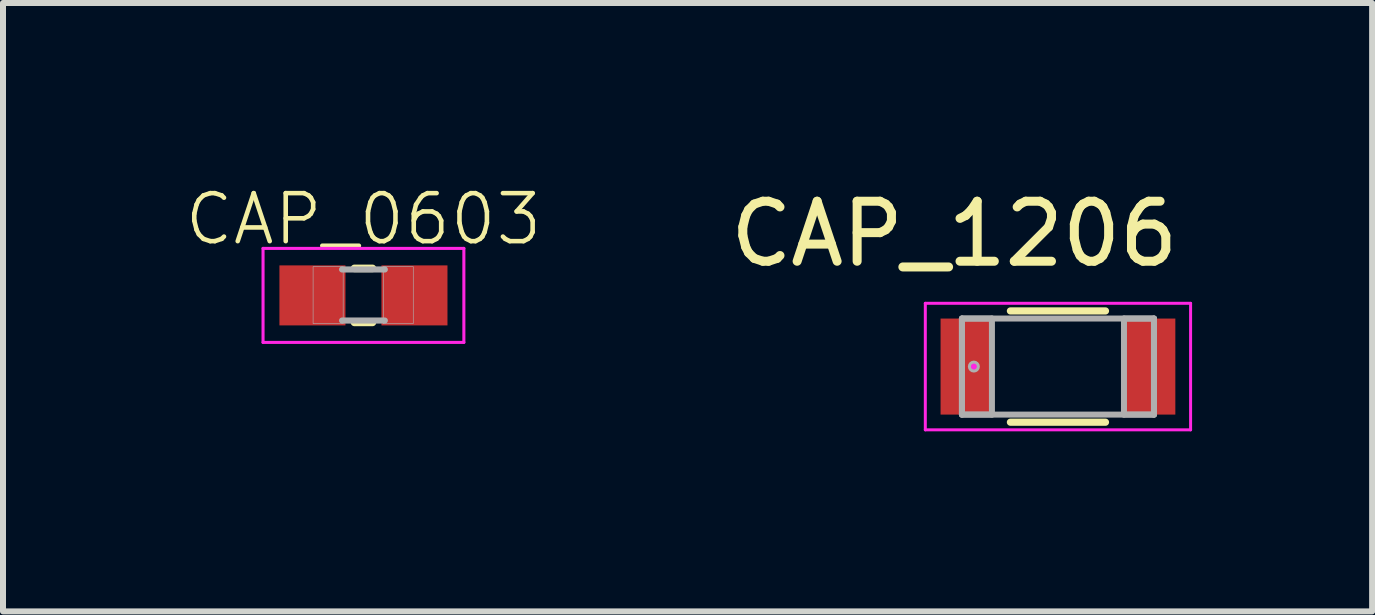
<source format=kicad_pcb>
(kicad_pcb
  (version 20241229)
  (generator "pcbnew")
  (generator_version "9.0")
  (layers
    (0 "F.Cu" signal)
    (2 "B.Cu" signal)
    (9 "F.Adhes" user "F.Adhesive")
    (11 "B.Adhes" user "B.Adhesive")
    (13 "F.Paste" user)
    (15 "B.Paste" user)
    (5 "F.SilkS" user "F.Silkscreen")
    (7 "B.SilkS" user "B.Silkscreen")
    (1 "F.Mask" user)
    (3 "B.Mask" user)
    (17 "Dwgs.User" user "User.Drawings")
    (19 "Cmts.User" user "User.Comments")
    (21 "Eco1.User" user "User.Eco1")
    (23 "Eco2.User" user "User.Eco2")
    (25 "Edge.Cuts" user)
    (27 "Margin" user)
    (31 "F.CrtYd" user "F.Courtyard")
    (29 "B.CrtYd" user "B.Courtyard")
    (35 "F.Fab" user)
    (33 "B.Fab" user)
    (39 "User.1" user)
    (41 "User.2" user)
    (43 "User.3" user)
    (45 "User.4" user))
  (footprint "CAP_1206"
    (layer "F.Cu")
    (at 14.578 3.058)
    (property "Reference" "CAP_1206" (at -1.727 -2.21 0) (layer "F.SilkS") (effects (font (size 1 1) (thickness 0.15))))
    (attr smd)
    (fp_line (start -0.792 0.927) (end 0.792 0.927) (stroke (width 0.12) (type solid)) (layer "F.SilkS"))
    (fp_line (start 0.792 -0.927) (end -0.792 -0.927) (stroke (width 0.12) (type solid)) (layer "F.SilkS"))
    (fp_line (start -2.21 -1.054) (end 2.21 -1.054) (stroke (width 0.05) (type solid)) (layer "F.CrtYd"))
    (fp_line (start -2.21 1.054) (end -2.21 -1.054) (stroke (width 0.05) (type solid)) (layer "F.CrtYd"))
    (fp_line (start 2.21 -1.054) (end 2.21 1.054) (stroke (width 0.05) (type solid)) (layer "F.CrtYd"))
    (fp_line (start 2.21 1.054) (end -2.21 1.054) (stroke (width 0.05) (type solid)) (layer "F.CrtYd"))
    (fp_circle (center -1.401 0) (end -1.401 0) (stroke (width 0.05) (type solid)) (fill no) (layer "F.CrtYd"))
    (fp_line (start -1.6 -0.8) (end -1.6 0.8) (stroke (width 0.1) (type solid)) (layer "F.Fab"))
    (fp_line (start -1.6 -0.8) (end -1.6 0.8) (stroke (width 0.1) (type solid)) (layer "F.Fab"))
    (fp_line (start -1.6 0.8) (end -1.1 0.8) (stroke (width 0.1) (type solid)) (layer "F.Fab"))
    (fp_line (start -1.6 0.8) (end 1.6 0.8) (stroke (width 0.1) (type solid)) (layer "F.Fab"))
    (fp_line (start -1.1 -0.8) (end -1.6 -0.8) (stroke (width 0.1) (type solid)) (layer "F.Fab"))
    (fp_line (start -1.1 0.8) (end -1.1 -0.8) (stroke (width 0.1) (type solid)) (layer "F.Fab"))
    (fp_line (start 1.1 -0.8) (end 1.1 0.8) (stroke (width 0.1) (type solid)) (layer "F.Fab"))
    (fp_line (start 1.1 0.8) (end 1.6 0.8) (stroke (width 0.1) (type solid)) (layer "F.Fab"))
    (fp_line (start 1.6 -0.8) (end -1.6 -0.8) (stroke (width 0.1) (type solid)) (layer "F.Fab"))
    (fp_line (start 1.6 -0.8) (end 1.1 -0.8) (stroke (width 0.1) (type solid)) (layer "F.Fab"))
    (fp_line (start 1.6 0.8) (end 1.6 -0.8) (stroke (width 0.1) (type solid)) (layer "F.Fab"))
    (fp_line (start 1.6 0.8) (end 1.6 -0.8) (stroke (width 0.1) (type solid)) (layer "F.Fab"))
    (fp_circle (center -1.401 0) (end -1.401 0) (stroke (width 0.1) (type solid)) (fill no) (layer "F.Fab"))
    (pad "1" smd rect (at -1.528 0) (size 0.856 1.6) (layers "F.Cu" "F.Mask" "F.Paste"))
    (pad "2" smd rect (at 1.528 0) (size 0.856 1.6) (layers "F.Cu" "F.Mask" "F.Paste")))
  (footprint "CAP_0603"
    (layer "F.Cu")
    (at 3.006 1.872)
    (property "Reference" "CAP_0603" (at 0 -1.27 0) (layer "F.SilkS") (effects (font (size 0.8 0.8) (thickness 0.076))))
    (attr smd)
    (fp_line (start -0.15 -0.45) (end 0.15 -0.45) (stroke (width 0.127) (type solid)) (layer "F.SilkS"))
    (fp_line (start -0.15 0.45) (end 0.15 0.45) (stroke (width 0.127) (type solid)) (layer "F.SilkS"))
    (fp_line (start -1.673 -0.783) (end 1.673 -0.783) (stroke (width 0.051) (type solid)) (layer "F.CrtYd"))
    (fp_line (start -1.673 0.783) (end -1.673 -0.783) (stroke (width 0.051) (type solid)) (layer "F.CrtYd"))
    (fp_line (start 1.673 -0.783) (end 1.673 0.783) (stroke (width 0.051) (type solid)) (layer "F.CrtYd"))
    (fp_line (start 1.673 0.783) (end -1.673 0.783) (stroke (width 0.051) (type solid)) (layer "F.CrtYd"))
    (fp_line (start -0.356 -0.432) (end 0.356 -0.432) (stroke (width 0.102) (type solid)) (layer "F.Fab"))
    (fp_line (start -0.356 0.419) (end 0.356 0.419) (stroke (width 0.102) (type solid)) (layer "F.Fab"))
    (fp_poly (pts (xy -0.839 -0.48) (xy -0.338 -0.48) (xy -0.338 0.47) (xy -0.839 0.47)) (stroke (width 0.01) (type solid)) (fill no) (layer "F.Fab"))
    (fp_poly (pts (xy 0.331 -0.48) (xy 0.83 -0.48) (xy 0.83 0.471) (xy 0.331 0.471)) (stroke (width 0.01) (type solid)) (fill no) (layer "F.Fab"))
    (pad "1" smd rect (at -0.85 0) (size 1.1 1) (layers "F.Cu" "F.Mask" "F.Paste"))
    (pad "2" smd rect (at 0.85 0) (size 1.1 1) (layers "F.Cu" "F.Mask" "F.Paste")))
  (gr_rect
    (start -3 -3)
    (end 19.813 7.137)
    (stroke (width 0.1) (type default))
    (fill no)
    (layer "Edge.Cuts")))
</source>
